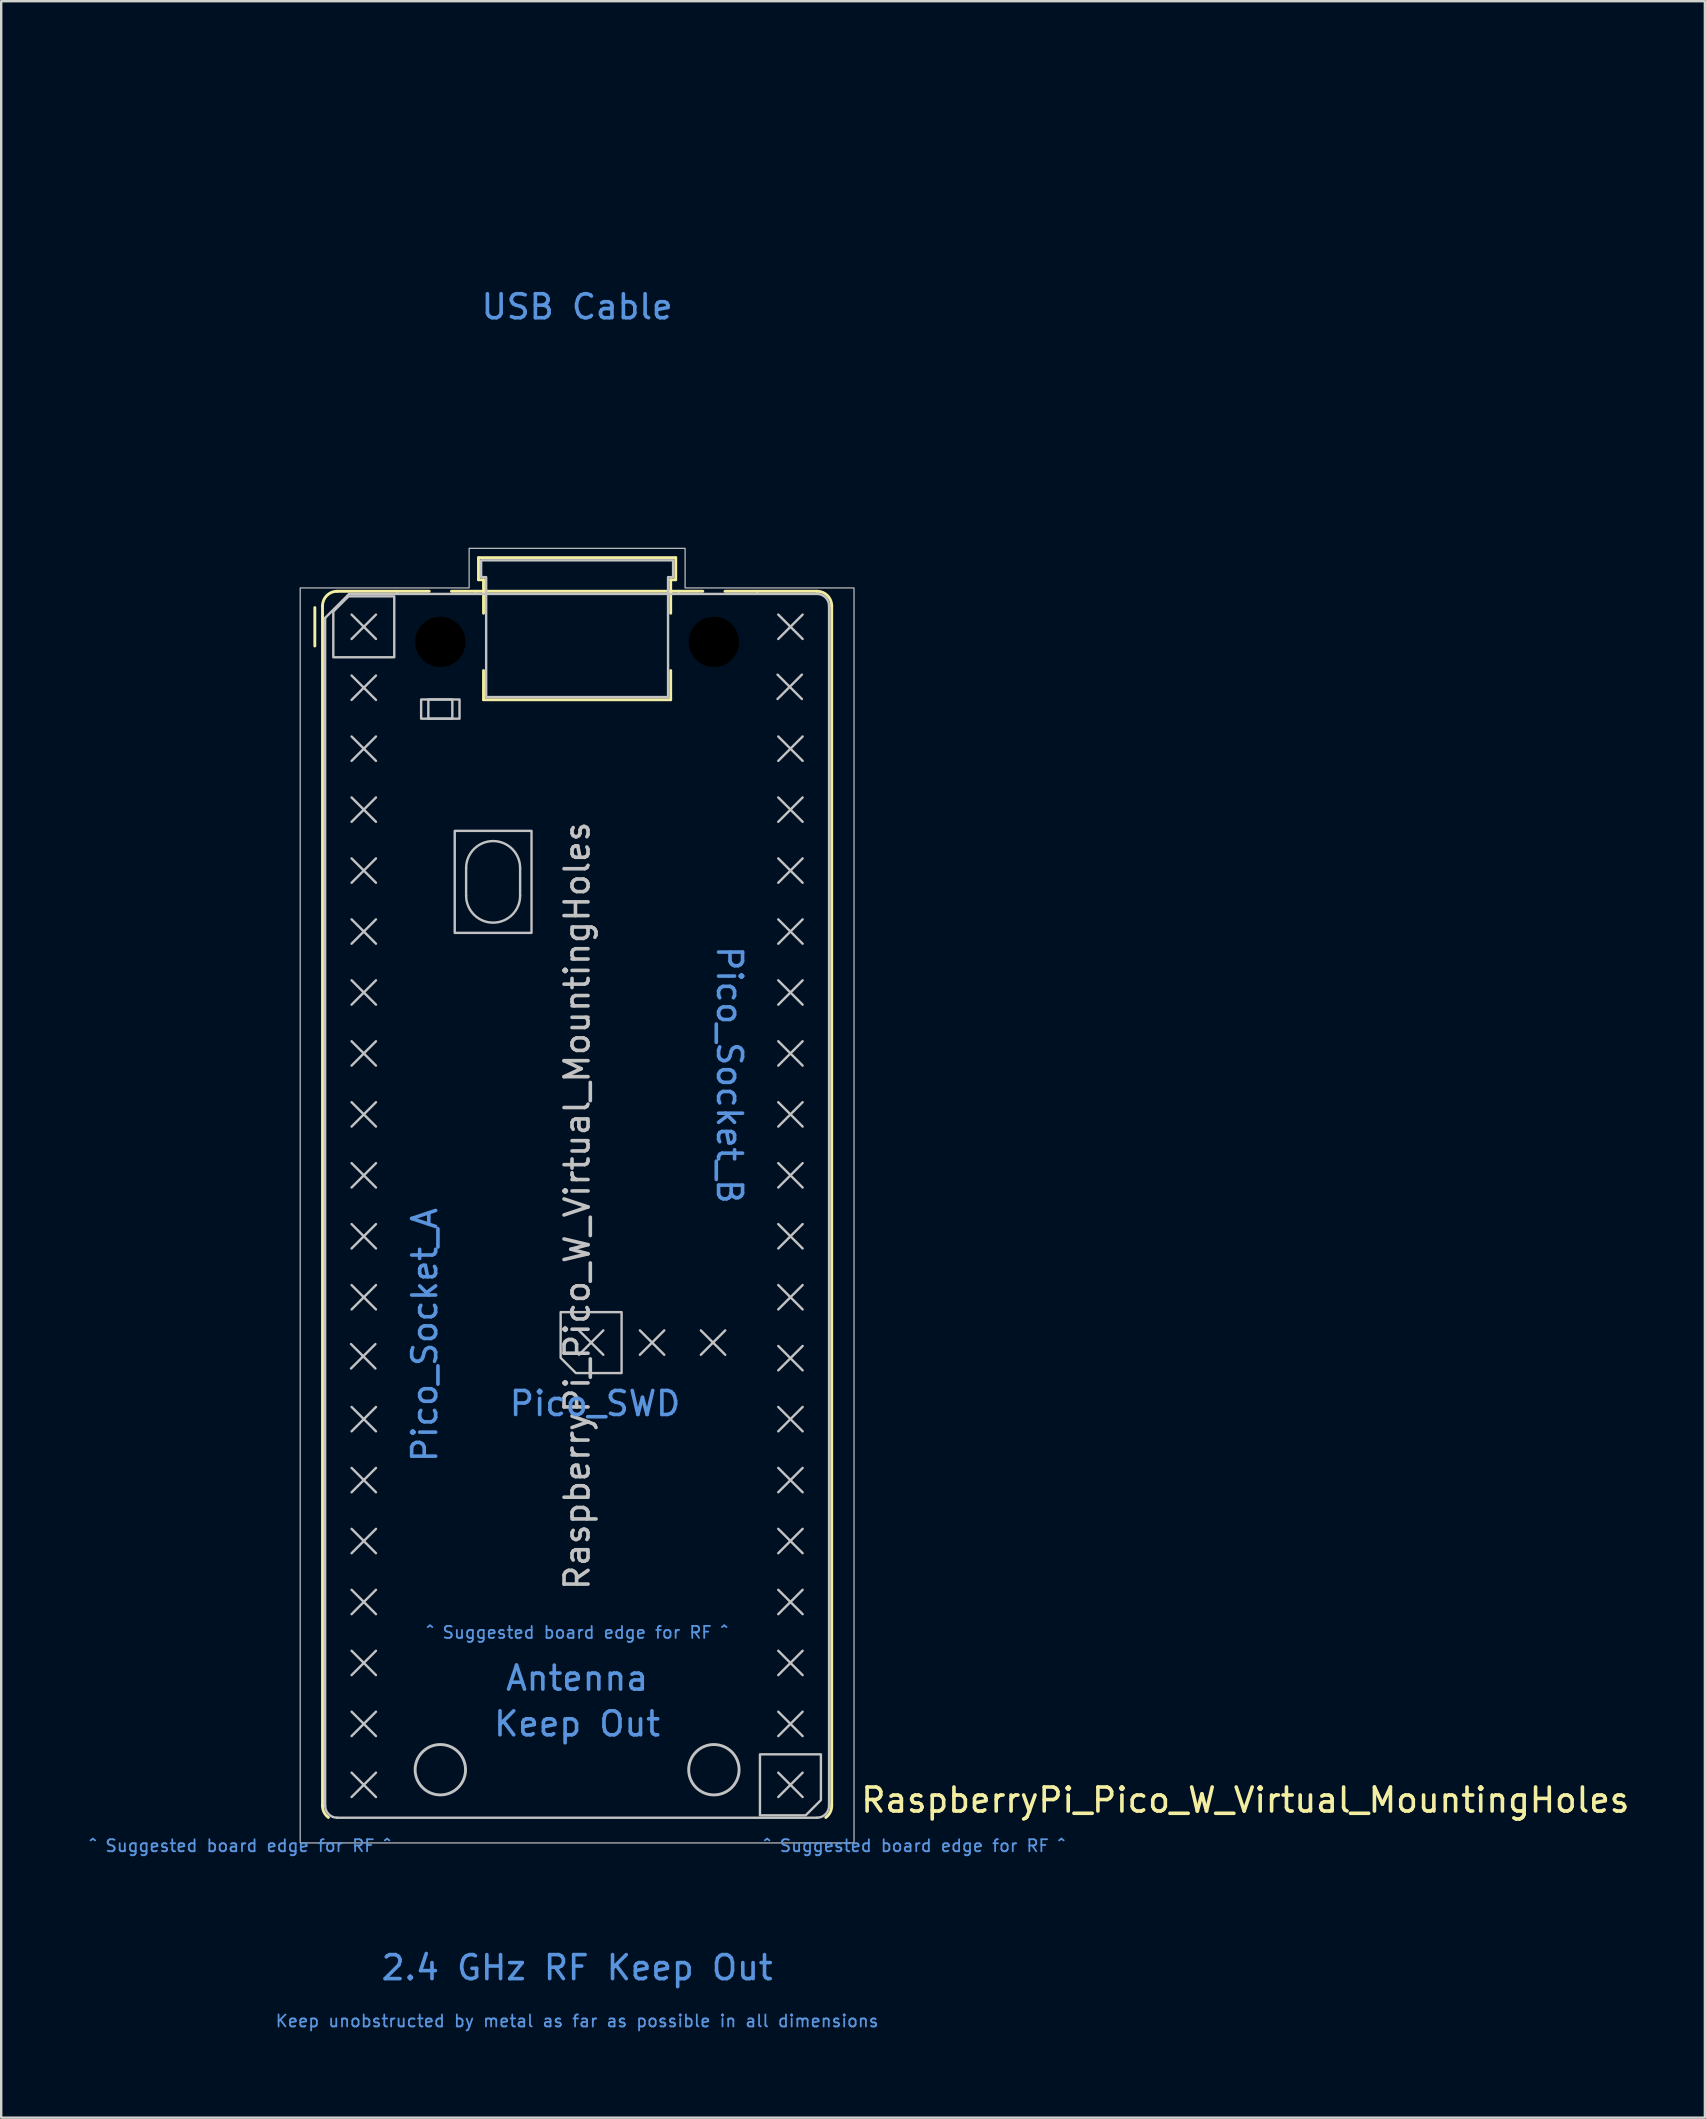
<source format=kicad_pcb>
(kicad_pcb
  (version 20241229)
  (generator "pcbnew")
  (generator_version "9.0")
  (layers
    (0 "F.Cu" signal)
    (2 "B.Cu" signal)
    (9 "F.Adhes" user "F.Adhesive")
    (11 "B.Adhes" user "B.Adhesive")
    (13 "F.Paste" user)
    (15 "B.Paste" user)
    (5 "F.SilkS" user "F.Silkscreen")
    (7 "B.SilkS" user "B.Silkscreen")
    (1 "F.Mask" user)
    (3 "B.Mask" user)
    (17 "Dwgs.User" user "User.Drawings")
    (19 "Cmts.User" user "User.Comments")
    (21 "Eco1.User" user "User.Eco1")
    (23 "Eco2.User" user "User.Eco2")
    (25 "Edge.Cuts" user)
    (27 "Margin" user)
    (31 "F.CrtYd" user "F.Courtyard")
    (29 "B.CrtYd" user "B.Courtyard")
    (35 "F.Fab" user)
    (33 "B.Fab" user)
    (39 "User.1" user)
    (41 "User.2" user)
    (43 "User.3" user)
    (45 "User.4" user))
  (footprint "RaspberryPi_Pico_W_Virtual_MountingHoles"
    (layer "F.Cu")
    (at 21 47.2)
    (property "Reference" "RaspberryPi_Pico_W_Virtual_MountingHoles" (at 11.748 24.765 0) (unlocked yes) (layer "F.SilkS") (effects (font (size 1 1) (thickness 0.15)) (justify left)))
    (attr exclude_from_pos_files allow_missing_courtyard)
    (fp_line (start -10.93 -23.33) (end -10.93 -24.93) (stroke (width 0.12) (type solid)) (layer "F.SilkS"))
    (fp_line (start -10.61 -25) (end -10.61 25) (stroke (width 0.12) (type solid)) (layer "F.SilkS"))
    (fp_line (start -10 -25.61) (end -7.51 -25.61) (stroke (width 0.12) (type solid)) (layer "F.SilkS"))
    (fp_line (start -7.51 -25.61) (end -6.162 -25.61) (stroke (width 0.12) (type solid)) (layer "F.SilkS"))
    (fp_line (start -5.238 -25.61) (end -4.235 -25.61) (stroke (width 0.12) (type solid)) (layer "F.SilkS"))
    (fp_line (start -4.235 -25.61) (end 4.235 -25.61) (stroke (width 0.12) (type solid)) (layer "F.SilkS"))
    (fp_line (start -4.11 -27.01) (end -4.11 -26.09) (stroke (width 0.12) (type solid)) (layer "F.SilkS"))
    (fp_line (start -4.11 -27.01) (end 4.11 -27.01) (stroke (width 0.12) (type solid)) (layer "F.SilkS"))
    (fp_line (start -4.11 -26.09) (end -3.9 -26.09) (stroke (width 0.12) (type solid)) (layer "F.SilkS"))
    (fp_line (start -3.9 -26.09) (end -3.9 -24.694) (stroke (width 0.12) (type solid)) (layer "F.SilkS"))
    (fp_line (start -3.9 -22.306) (end -3.9 -21.09) (stroke (width 0.12) (type solid)) (layer "F.SilkS"))
    (fp_line (start 3.9 -26.09) (end 3.9 -24.694) (stroke (width 0.12) (type solid)) (layer "F.SilkS"))
    (fp_line (start 3.9 -22.306) (end 3.9 -21.09) (stroke (width 0.12) (type solid)) (layer "F.SilkS"))
    (fp_line (start 3.9 -21.09) (end -3.9 -21.09) (stroke (width 0.12) (type solid)) (layer "F.SilkS"))
    (fp_line (start 4.11 -27.01) (end 4.11 -26.09) (stroke (width 0.12) (type solid)) (layer "F.SilkS"))
    (fp_line (start 4.11 -26.09) (end 3.9 -26.09) (stroke (width 0.12) (type solid)) (layer "F.SilkS"))
    (fp_line (start 4.235 -25.61) (end 5.238 -25.61) (stroke (width 0.12) (type solid)) (layer "F.SilkS"))
    (fp_line (start 6.162 -25.61) (end 7.51 -25.61) (stroke (width 0.12) (type solid)) (layer "F.SilkS"))
    (fp_line (start 7.51 -25.61) (end 10 -25.61) (stroke (width 0.12) (type solid)) (layer "F.SilkS"))
    (fp_line (start 10.61 -25) (end 10.61 25) (stroke (width 0.12) (type solid)) (layer "F.SilkS"))
    (fp_arc (start -10.61 -25) (mid -10.431335 -25.431335) (end -10 -25.61) (stroke (width 0.12) (type solid)) (layer "F.SilkS"))
    (fp_arc (start -10.363318 25.49) (mid -10.54485 25.274295) (end -10.61 25) (stroke (width 0.12) (type solid)) (layer "F.SilkS"))
    (fp_arc (start 10 -25.61) (mid 10.431335 -25.431335) (end 10.61 -25) (stroke (width 0.12) (type solid)) (layer "F.SilkS"))
    (fp_arc (start 10.61 25) (mid 10.544921 25.274336) (end 10.363342 25.490031) (stroke (width 0.12) (type solid)) (layer "F.SilkS"))
    (fp_line (start -10.5 -24.5) (end -9.5 -25.5) (stroke (width 0.1) (type solid)) (layer "Dwgs.User"))
    (fp_line (start -10.5 25) (end -10.5 -24.5) (stroke (width 0.1) (type solid)) (layer "Dwgs.User"))
    (fp_line (start -9.5 -25.5) (end 10 -25.5) (stroke (width 0.1) (type solid)) (layer "Dwgs.User"))
    (fp_line (start -9.422 5.763) (end -8.406 6.779) (stroke (width 0.1) (type solid)) (layer "Dwgs.User"))
    (fp_line (start -9.398 -24.638) (end -8.382 -23.622) (stroke (width 0.1) (type solid)) (layer "Dwgs.User"))
    (fp_line (start -9.398 -22.098) (end -8.382 -21.082) (stroke (width 0.1) (type solid)) (layer "Dwgs.User"))
    (fp_line (start -9.398 -19.558) (end -8.382 -18.542) (stroke (width 0.1) (type solid)) (layer "Dwgs.User"))
    (fp_line (start -9.398 -17.018) (end -8.382 -16.002) (stroke (width 0.1) (type solid)) (layer "Dwgs.User"))
    (fp_line (start -9.398 -14.478) (end -8.382 -13.462) (stroke (width 0.1) (type solid)) (layer "Dwgs.User"))
    (fp_line (start -9.398 -11.938) (end -8.382 -10.922) (stroke (width 0.1) (type solid)) (layer "Dwgs.User"))
    (fp_line (start -9.398 -9.398) (end -8.382 -8.382) (stroke (width 0.1) (type solid)) (layer "Dwgs.User"))
    (fp_line (start -9.398 -6.858) (end -8.382 -5.842) (stroke (width 0.1) (type solid)) (layer "Dwgs.User"))
    (fp_line (start -9.398 -4.318) (end -8.382 -3.302) (stroke (width 0.1) (type solid)) (layer "Dwgs.User"))
    (fp_line (start -9.398 -1.778) (end -8.382 -0.762) (stroke (width 0.1) (type solid)) (layer "Dwgs.User"))
    (fp_line (start -9.398 0.762) (end -8.382 1.778) (stroke (width 0.1) (type solid)) (layer "Dwgs.User"))
    (fp_line (start -9.398 3.302) (end -8.382 4.318) (stroke (width 0.1) (type solid)) (layer "Dwgs.User"))
    (fp_line (start -9.398 8.382) (end -8.382 9.398) (stroke (width 0.1) (type solid)) (layer "Dwgs.User"))
    (fp_line (start -9.398 10.922) (end -8.382 11.938) (stroke (width 0.1) (type solid)) (layer "Dwgs.User"))
    (fp_line (start -9.398 13.462) (end -8.382 14.478) (stroke (width 0.1) (type solid)) (layer "Dwgs.User"))
    (fp_line (start -9.398 16.002) (end -8.382 17.018) (stroke (width 0.1) (type solid)) (layer "Dwgs.User"))
    (fp_line (start -9.398 18.542) (end -8.382 19.558) (stroke (width 0.1) (type solid)) (layer "Dwgs.User"))
    (fp_line (start -9.398 21.082) (end -8.382 22.098) (stroke (width 0.1) (type solid)) (layer "Dwgs.User"))
    (fp_line (start -9.398 23.622) (end -8.382 24.638) (stroke (width 0.1) (type solid)) (layer "Dwgs.User"))
    (fp_line (start -8.406 5.763) (end -9.422 6.779) (stroke (width 0.1) (type solid)) (layer "Dwgs.User"))
    (fp_line (start -8.382 -24.638) (end -9.398 -23.622) (stroke (width 0.1) (type solid)) (layer "Dwgs.User"))
    (fp_line (start -8.382 -22.098) (end -9.398 -21.082) (stroke (width 0.1) (type solid)) (layer "Dwgs.User"))
    (fp_line (start -8.382 -19.558) (end -9.398 -18.542) (stroke (width 0.1) (type solid)) (layer "Dwgs.User"))
    (fp_line (start -8.382 -17.018) (end -9.398 -16.002) (stroke (width 0.1) (type solid)) (layer "Dwgs.User"))
    (fp_line (start -8.382 -14.478) (end -9.398 -13.462) (stroke (width 0.1) (type solid)) (layer "Dwgs.User"))
    (fp_line (start -8.382 -11.938) (end -9.398 -10.922) (stroke (width 0.1) (type solid)) (layer "Dwgs.User"))
    (fp_line (start -8.382 -9.398) (end -9.398 -8.382) (stroke (width 0.1) (type solid)) (layer "Dwgs.User"))
    (fp_line (start -8.382 -6.858) (end -9.398 -5.842) (stroke (width 0.1) (type solid)) (layer "Dwgs.User"))
    (fp_line (start -8.382 -4.318) (end -9.398 -3.302) (stroke (width 0.1) (type solid)) (layer "Dwgs.User"))
    (fp_line (start -8.382 -1.778) (end -9.398 -0.762) (stroke (width 0.1) (type solid)) (layer "Dwgs.User"))
    (fp_line (start -8.382 0.762) (end -9.398 1.778) (stroke (width 0.1) (type solid)) (layer "Dwgs.User"))
    (fp_line (start -8.382 3.302) (end -9.398 4.318) (stroke (width 0.1) (type solid)) (layer "Dwgs.User"))
    (fp_line (start -8.382 8.382) (end -9.398 9.398) (stroke (width 0.1) (type solid)) (layer "Dwgs.User"))
    (fp_line (start -8.382 10.922) (end -9.398 11.938) (stroke (width 0.1) (type solid)) (layer "Dwgs.User"))
    (fp_line (start -8.382 13.462) (end -9.398 14.478) (stroke (width 0.1) (type solid)) (layer "Dwgs.User"))
    (fp_line (start -8.382 16.002) (end -9.398 17.018) (stroke (width 0.1) (type solid)) (layer "Dwgs.User"))
    (fp_line (start -8.382 18.542) (end -9.398 19.558) (stroke (width 0.1) (type solid)) (layer "Dwgs.User"))
    (fp_line (start -8.382 21.082) (end -9.398 22.098) (stroke (width 0.1) (type solid)) (layer "Dwgs.User"))
    (fp_line (start -8.382 23.622) (end -9.398 24.638) (stroke (width 0.1) (type solid)) (layer "Dwgs.User"))
    (fp_line (start -4.625 -14.075) (end -4.625 -12.925) (stroke (width 0.1) (type solid)) (layer "Dwgs.User"))
    (fp_line (start -2.375 -14.075) (end -2.375 -12.925) (stroke (width 0.1) (type solid)) (layer "Dwgs.User"))
    (fp_line (start 0.076 5.192) (end 1.092 6.208) (stroke (width 0.1) (type solid)) (layer "Dwgs.User"))
    (fp_line (start 1.092 5.192) (end 0.076 6.208) (stroke (width 0.1) (type solid)) (layer "Dwgs.User"))
    (fp_line (start 2.616 5.192) (end 3.632 6.208) (stroke (width 0.1) (type solid)) (layer "Dwgs.User"))
    (fp_line (start 3.632 5.192) (end 2.616 6.208) (stroke (width 0.1) (type solid)) (layer "Dwgs.User"))
    (fp_line (start 5.156 5.192) (end 6.172 6.208) (stroke (width 0.1) (type solid)) (layer "Dwgs.User"))
    (fp_line (start 6.172 5.192) (end 5.156 6.208) (stroke (width 0.1) (type solid)) (layer "Dwgs.User"))
    (fp_line (start 8.352 -22.136) (end 9.368 -21.12) (stroke (width 0.1) (type solid)) (layer "Dwgs.User"))
    (fp_line (start 8.382 -24.638) (end 9.398 -23.622) (stroke (width 0.1) (type solid)) (layer "Dwgs.User"))
    (fp_line (start 8.382 -19.558) (end 9.398 -18.542) (stroke (width 0.1) (type solid)) (layer "Dwgs.User"))
    (fp_line (start 8.382 -17.018) (end 9.398 -16.002) (stroke (width 0.1) (type solid)) (layer "Dwgs.User"))
    (fp_line (start 8.382 -14.478) (end 9.398 -13.462) (stroke (width 0.1) (type solid)) (layer "Dwgs.User"))
    (fp_line (start 8.382 -11.938) (end 9.398 -10.922) (stroke (width 0.1) (type solid)) (layer "Dwgs.User"))
    (fp_line (start 8.382 -9.398) (end 9.398 -8.382) (stroke (width 0.1) (type solid)) (layer "Dwgs.User"))
    (fp_line (start 8.382 -6.858) (end 9.398 -5.842) (stroke (width 0.1) (type solid)) (layer "Dwgs.User"))
    (fp_line (start 8.382 -4.318) (end 9.398 -3.302) (stroke (width 0.1) (type solid)) (layer "Dwgs.User"))
    (fp_line (start 8.382 -1.778) (end 9.398 -0.762) (stroke (width 0.1) (type solid)) (layer "Dwgs.User"))
    (fp_line (start 8.382 0.762) (end 9.398 1.778) (stroke (width 0.1) (type solid)) (layer "Dwgs.User"))
    (fp_line (start 8.382 3.302) (end 9.398 4.318) (stroke (width 0.1) (type solid)) (layer "Dwgs.User"))
    (fp_line (start 8.382 5.842) (end 9.398 6.858) (stroke (width 0.1) (type solid)) (layer "Dwgs.User"))
    (fp_line (start 8.382 8.382) (end 9.398 9.398) (stroke (width 0.1) (type solid)) (layer "Dwgs.User"))
    (fp_line (start 8.382 10.922) (end 9.398 11.938) (stroke (width 0.1) (type solid)) (layer "Dwgs.User"))
    (fp_line (start 8.382 13.462) (end 9.398 14.478) (stroke (width 0.1) (type solid)) (layer "Dwgs.User"))
    (fp_line (start 8.382 16.002) (end 9.398 17.018) (stroke (width 0.1) (type solid)) (layer "Dwgs.User"))
    (fp_line (start 8.382 18.542) (end 9.398 19.558) (stroke (width 0.1) (type solid)) (layer "Dwgs.User"))
    (fp_line (start 8.382 21.082) (end 9.398 22.098) (stroke (width 0.1) (type solid)) (layer "Dwgs.User"))
    (fp_line (start 8.382 23.622) (end 9.398 24.638) (stroke (width 0.1) (type solid)) (layer "Dwgs.User"))
    (fp_line (start 9.368 -22.136) (end 8.352 -21.12) (stroke (width 0.1) (type solid)) (layer "Dwgs.User"))
    (fp_line (start 9.398 -24.638) (end 8.382 -23.622) (stroke (width 0.1) (type solid)) (layer "Dwgs.User"))
    (fp_line (start 9.398 -19.558) (end 8.382 -18.542) (stroke (width 0.1) (type solid)) (layer "Dwgs.User"))
    (fp_line (start 9.398 -17.018) (end 8.382 -16.002) (stroke (width 0.1) (type solid)) (layer "Dwgs.User"))
    (fp_line (start 9.398 -14.478) (end 8.382 -13.462) (stroke (width 0.1) (type solid)) (layer "Dwgs.User"))
    (fp_line (start 9.398 -11.938) (end 8.382 -10.922) (stroke (width 0.1) (type solid)) (layer "Dwgs.User"))
    (fp_line (start 9.398 -9.398) (end 8.382 -8.382) (stroke (width 0.1) (type solid)) (layer "Dwgs.User"))
    (fp_line (start 9.398 -6.858) (end 8.382 -5.842) (stroke (width 0.1) (type solid)) (layer "Dwgs.User"))
    (fp_line (start 9.398 -4.318) (end 8.382 -3.302) (stroke (width 0.1) (type solid)) (layer "Dwgs.User"))
    (fp_line (start 9.398 -1.778) (end 8.382 -0.762) (stroke (width 0.1) (type solid)) (layer "Dwgs.User"))
    (fp_line (start 9.398 0.762) (end 8.382 1.778) (stroke (width 0.1) (type solid)) (layer "Dwgs.User"))
    (fp_line (start 9.398 3.302) (end 8.382 4.318) (stroke (width 0.1) (type solid)) (layer "Dwgs.User"))
    (fp_line (start 9.398 5.842) (end 8.382 6.858) (stroke (width 0.1) (type solid)) (layer "Dwgs.User"))
    (fp_line (start 9.398 8.382) (end 8.382 9.398) (stroke (width 0.1) (type solid)) (layer "Dwgs.User"))
    (fp_line (start 9.398 10.922) (end 8.382 11.938) (stroke (width 0.1) (type solid)) (layer "Dwgs.User"))
    (fp_line (start 9.398 13.462) (end 8.382 14.478) (stroke (width 0.1) (type solid)) (layer "Dwgs.User"))
    (fp_line (start 9.398 16.002) (end 8.382 17.018) (stroke (width 0.1) (type solid)) (layer "Dwgs.User"))
    (fp_line (start 9.398 18.542) (end 8.382 19.558) (stroke (width 0.1) (type solid)) (layer "Dwgs.User"))
    (fp_line (start 9.398 21.082) (end 8.382 22.098) (stroke (width 0.1) (type solid)) (layer "Dwgs.User"))
    (fp_line (start 9.398 23.622) (end 8.382 24.638) (stroke (width 0.1) (type solid)) (layer "Dwgs.User"))
    (fp_line (start 10 25.5) (end -10 25.5) (stroke (width 0.1) (type solid)) (layer "Dwgs.User"))
    (fp_line (start 10.5 -25) (end 10.5 25) (stroke (width 0.1) (type solid)) (layer "Dwgs.User"))
    (fp_rect (start -6.5 -21.1) (end -4.9 -20.3) (stroke (width 0.1) (type solid)) (fill no) (layer "Dwgs.User"))
    (fp_rect (start -6.2 -21.1) (end -5.2 -20.3) (stroke (width 0.1) (type solid)) (fill no) (layer "Dwgs.User"))
    (fp_rect (start -5.1 -15.625) (end -1.9 -11.375) (stroke (width 0.1) (type solid)) (fill no) (layer "Dwgs.User"))
    (fp_arc (start -10 25.5) (mid -10.353553 25.353553) (end -10.5 25) (stroke (width 0.1) (type solid)) (layer "Dwgs.User"))
    (fp_arc (start -4.625 -14.075) (mid -3.5 -15.2) (end -2.375 -14.075) (stroke (width 0.1) (type solid)) (layer "Dwgs.User"))
    (fp_arc (start -2.375 -12.925) (mid -3.5 -11.8) (end -4.625 -12.925) (stroke (width 0.1) (type solid)) (layer "Dwgs.User"))
    (fp_arc (start 10 -25.5) (mid 10.353553 -25.353553) (end 10.5 -25) (stroke (width 0.1) (type solid)) (layer "Dwgs.User"))
    (fp_arc (start 10.5 25) (mid 10.353553 25.353553) (end 10 25.5) (stroke (width 0.1) (type solid)) (layer "Dwgs.User"))
    (fp_circle (center -5.7 23.5) (end -4.65 23.5) (stroke (width 0.12) (type solid)) (fill no) (layer "Dwgs.User"))
    (fp_circle (center 5.7 23.5) (end 6.75 23.5) (stroke (width 0.12) (type solid)) (fill no) (layer "Dwgs.User"))
    (fp_poly (pts (xy -10.16 -24.765) (xy -10.16 -22.86) (xy -7.62 -22.86) (xy -7.62 -25.4) (xy -9.525 -25.4)) (stroke (width 0.1) (type solid)) (fill no) (layer "Dwgs.User"))
    (fp_poly (pts (xy -0.051 6.97) (xy 1.854 6.97) (xy 1.854 4.43) (xy -0.686 4.43) (xy -0.686 6.335)) (stroke (width 0.1) (type solid)) (fill no) (layer "Dwgs.User"))
    (fp_poly (pts (xy 10.16 24.765) (xy 10.16 22.86) (xy 7.62 22.86) (xy 7.62 25.4) (xy 9.525 25.4)) (stroke (width 0.1) (type solid)) (fill no) (layer "Dwgs.User"))
    (fp_poly (pts (xy -4.5 -27.4) (xy 4.5 -27.4) (xy 4.5 -25.75) (xy 11.54 -25.75) (xy 11.54 26.55) (xy -11.54 26.55) (xy -11.54 -25.75) (xy -4.5 -25.75)) (stroke (width 0.05) (type solid)) (fill no) (layer "Dwgs.User"))
    (fp_poly (pts (xy 3.79 -21.2) (xy 3.79 -26.2) (xy 4 -26.2) (xy 4 -26.9) (xy -4 -26.9) (xy -4 -26.2) (xy -3.79 -26.2) (xy -3.79 -21.2)) (stroke (width 0.1) (type solid)) (fill no) (layer "Dwgs.User"))
    (fp_text user "${REFERENCE}" (at 0 0 90) (layer "Dwgs.User") (effects (font (size 1 1) (thickness 0.15))))
    (fp_text user "^ Suggested board edge for RF ^" (at -14.05 26.67 0) (unlocked yes) (layer "Cmts.User") (effects (font (size 0.5 0.5) (thickness 0.075))))
    (fp_text user "Keep unobstructed by metal as far as possible in all dimensions" (at 0 33.972 0) (unlocked yes) (layer "Cmts.User") (effects (font (size 0.5 0.5) (thickness 0.075))))
    (fp_text user "^ Suggested board edge for RF ^" (at 0 17.78 0) (unlocked yes) (layer "Cmts.User") (effects (font (size 0.5 0.5) (thickness 0.075))))
    (fp_text user "Keep Out" (at 0 21.59 0) (unlocked yes) (layer "Cmts.User") (effects (font (size 1 1) (thickness 0.15))))
    (fp_text user "USB Cable" (at 0 -37.465 0) (unlocked yes) (layer "Cmts.User") (effects (font (size 1 1) (thickness 0.15))))
    (fp_text user "2.4 GHz RF Keep Out" (at 0 31.75 0) (unlocked yes) (layer "Cmts.User") (effects (font (size 1 1) (thickness 0.15))))
    (fp_text user "Pico_Socket_B" (at 6.35 0 270) (unlocked yes) (layer "Cmts.User") (effects (font (size 1 1) (thickness 0.15)) (justify right)))
    (fp_text user "Pico_Socket_A" (at -6.35 0 90) (unlocked yes) (layer "Cmts.User") (effects (font (size 1 1) (thickness 0.15)) (justify right)))
    (fp_text user "Antenna" (at 0 19.685 0) (unlocked yes) (layer "Cmts.User") (effects (font (size 1 1) (thickness 0.15))))
    (fp_text user "^ Suggested board edge for RF ^" (at 14.05 26.67 0) (unlocked yes) (layer "Cmts.User") (effects (font (size 0.5 0.5) (thickness 0.075))))
    (fp_text user "Pico_SWD" (at 4.394 8.24 0) (unlocked yes) (layer "Cmts.User") (effects (font (size 1 1) (thickness 0.15)) (justify right)))
    (pad "" np_thru_hole circle (at -5.7 -23.5) (size 3.8 3.8) (drill 2.1) (layers "*.Mask"))
    (pad "" np_thru_hole circle (at 5.7 -23.5) (size 3.8 3.8) (drill 2.1) (layers "*.Mask"))
    (zone (net_name "") (layers "F.Cu" "B.Cu" "F.Paste" "B.Paste") (name "RF Copper Keep Out") (hatch full 0.5) (connect_pads) (min_thickness 0.254) (filled_areas_thickness no) (keepout (tracks not_allowed) (vias not_allowed) (pads not_allowed) (copperpour not_allowed) (footprints allowed)) (placement (enabled no)) (fill) (polygon (pts (xy 0 72.2) (xy 42 72.2) (xy 42 82.2) (xy 0 82.2))))
    (zone (net_name "") (layers "F.Cu" "B.Cu" "F.Paste" "B.Paste") (name "Antenna Copper Keep Out") (hatch full 0.5) (connect_pads) (min_thickness 0.254) (filled_areas_thickness no) (keepout (tracks not_allowed) (vias not_allowed) (pads not_allowed) (copperpour not_allowed) (footprints not_allowed)) (placement (enabled no)) (fill) (polygon (pts (xy 18.6 72.19) (xy 13.9 68.54) (xy 13.9 64.2) (xy 28.1 64.2) (xy 28.1 68.54) (xy 23.4 72.19) (xy 23.4 72.2) (xy 18.6 72.2))))
    (zone (net_name "") (layer "Edge.Cuts") (name "Board Keep Out Suggestion RF") (hatch edge 0.5) (connect_pads) (min_thickness 0.254) (filled_areas_thickness no) (keepout (tracks allowed) (vias allowed) (pads allowed) (copperpour allowed) (footprints allowed)) (placement (enabled no)) (fill) (polygon (pts (xy 28.1 73.2) (xy 42 73.2) (xy 42 82.2) (xy 0 82.2) (xy 0 73.2) (xy 13.9 73.2) (xy 13.9 64.2) (xy 28.1 64.2))))
    (zone (net_name "") (layer "F.CrtYd") (name "USB Cable") (hatch edge 0.5) (connect_pads) (min_thickness 0.254) (filled_areas_thickness no) (keepout (tracks allowed) (vias allowed) (pads allowed) (copperpour allowed) (footprints allowed)) (placement (enabled no)) (fill) (polygon (pts (xy 15.25 19.5) (xy 17.06 19.5) (xy 17.06 19.8) (xy 24.94 19.8) (xy 24.94 19.5) (xy 26.75 19.5) (xy 26.75 0) (xy 15.25 0)))))
  (gr_rect
    (start -3 -3)
    (end 67.998 85.2)
    (stroke (width 0.1) (type default))
    (fill no)
    (layer "Edge.Cuts")))
</source>
